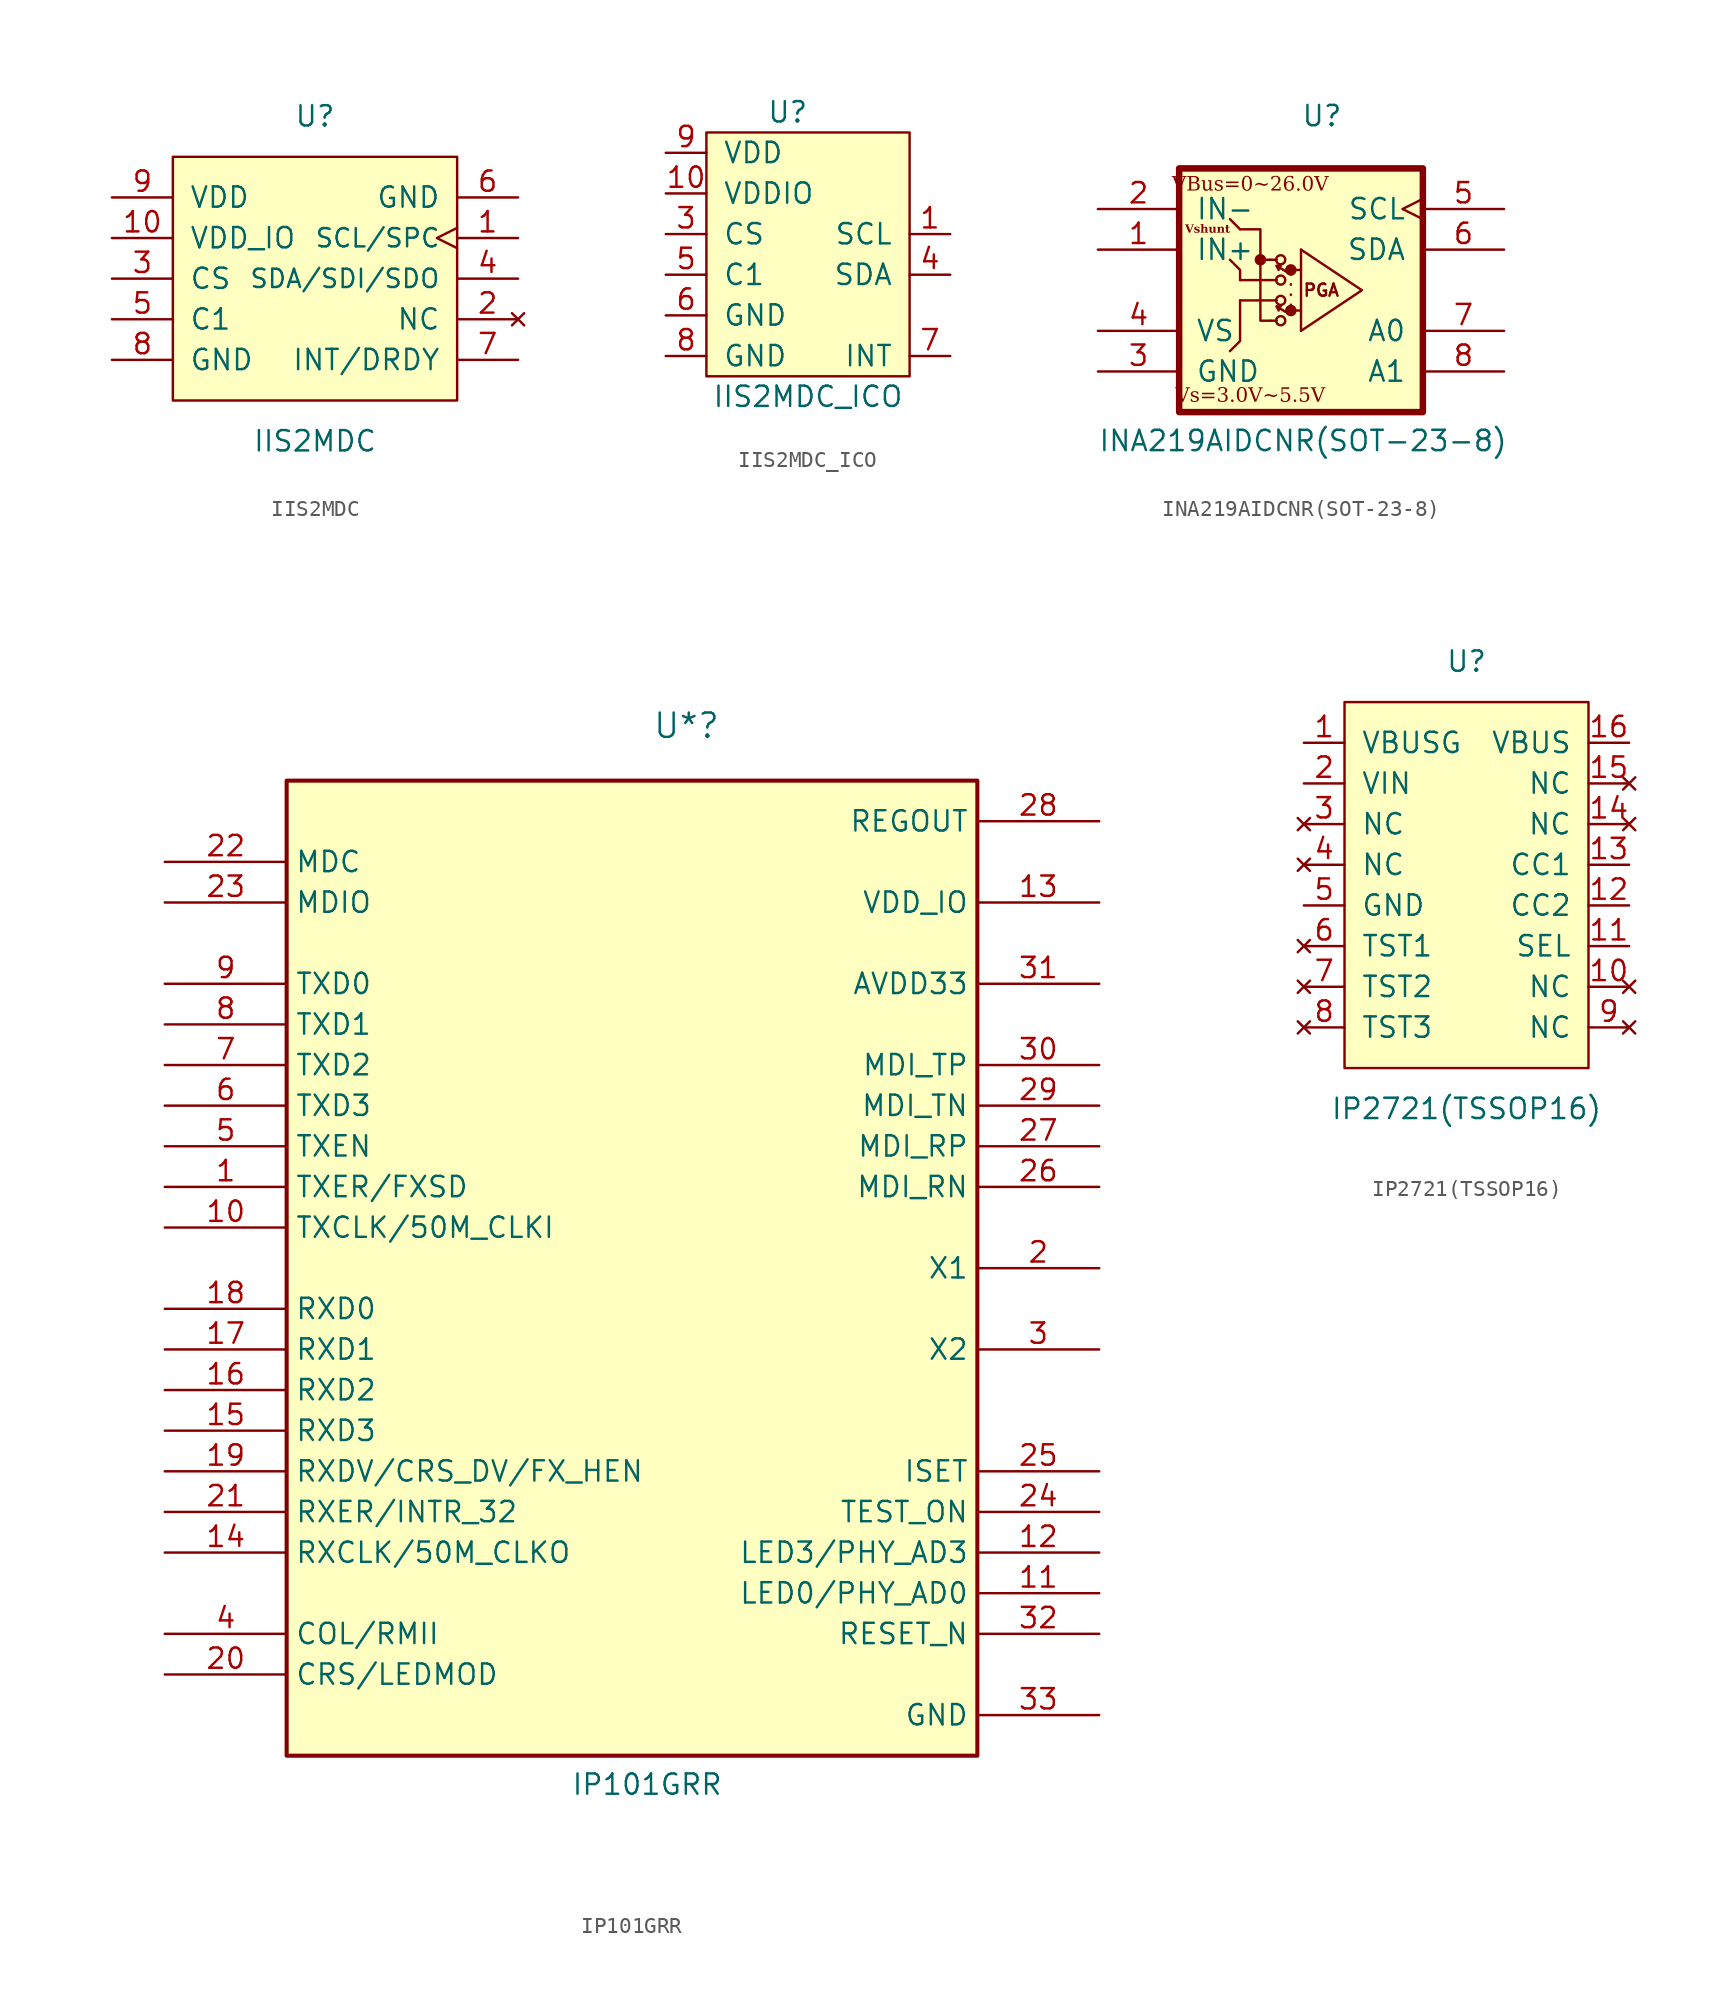
<source format=kicad_sym>
(kicad_symbol_lib
  (version 20220914)
  (generator kicad_symbol_editor)
  (symbol "IIS2MDC"
    (pin_names
      (offset 1.016))
    (property "Reference" "U"
      (at 0 10.16 0)
      (effects (font (size 1.27 1.27))))
    (property "Value" "IIS2MDC"
      (at 0 -10.16 0)
      (effects (font (size 1.27 1.27))))
    (symbol "IIS2MDC_1_1"
      (rectangle (start -8.89 7.62) (end 8.89 -7.62) (stroke (width 0) (type solid)) (fill (type background)))
      (pin input clock (at 12.7 2.54 180) (length 3.81) (name "SCL/SPC" (effects (font (size 1.143 1.143)))) (number "1" (effects (font (size 1.27 1.27)))))
      (pin power_in line (at -12.7 2.54 0) (length 3.81) (name "VDD_IO" (effects (font (size 1.27 1.27)))) (number "10" (effects (font (size 1.27 1.27)))))
      (pin no_connect line (at 12.7 -2.54 180) (length 3.81) (name "NC" (effects (font (size 1.27 1.27)))) (number "2" (effects (font (size 1.27 1.27)))))
      (pin input line (at -12.7 0 0) (length 3.81) (name "CS" (effects (font (size 1.27 1.27)))) (number "3" (effects (font (size 1.27 1.27)))))
      (pin bidirectional line (at 12.7 0 180) (length 3.81) (name "SDA/SDI/SDO" (effects (font (size 1.143 1.143)))) (number "4" (effects (font (size 1.27 1.27)))))
      (pin passive line (at -12.7 -2.54 0) (length 3.81) (name "C1" (effects (font (size 1.27 1.27)))) (number "5" (effects (font (size 1.27 1.27)))))
      (pin power_in line (at 12.7 5.08 180) (length 3.81) (name "GND" (effects (font (size 1.27 1.27)))) (number "6" (effects (font (size 1.27 1.27)))))
      (pin output line (at 12.7 -5.08 180) (length 3.81) (name "INT/DRDY" (effects (font (size 1.27 1.27)))) (number "7" (effects (font (size 1.27 1.27)))))
      (pin power_in line (at -12.7 -5.08 0) (length 3.81) (name "GND" (effects (font (size 1.27 1.27)))) (number "8" (effects (font (size 1.27 1.27)))))
      (pin power_in line (at -12.7 5.08 0) (length 3.81) (name "VDD" (effects (font (size 1.27 1.27)))) (number "9" (effects (font (size 1.27 1.27)))))))
  (symbol "IIS2MDC_ICO"
    (pin_names
      (offset 1.016))
    (property "Reference" "U"
      (at -1.27 8.89 0)
      (effects (font (size 1.27 1.27))))
    (property "Value" "IIS2MDC_ICO"
      (at 0 -8.89 0)
      (effects (font (size 1.27 1.27))))
    (symbol "IIS2MDC_ICO_0_1"
      (rectangle (start -6.35 7.62) (end 6.35 -7.62) (stroke (width 0) (type solid)) (fill (type background))))
    (symbol "IIS2MDC_ICO_1_1"
      (pin bidirectional line (at 8.89 1.27 180) (length 2.54) (name "SCL" (effects (font (size 1.27 1.27)))) (number "1" (effects (font (size 1.27 1.27)))))
      (pin power_in line (at -8.89 3.81 0) (length 2.54) (name "VDDIO" (effects (font (size 1.27 1.27)))) (number "10" (effects (font (size 1.27 1.27)))))
      (pin bidirectional line (at -8.89 1.27 0) (length 2.54) (name "CS" (effects (font (size 1.27 1.27)))) (number "3" (effects (font (size 1.27 1.27)))))
      (pin bidirectional line (at 8.89 -1.27 180) (length 2.54) (name "SDA" (effects (font (size 1.27 1.27)))) (number "4" (effects (font (size 1.27 1.27)))))
      (pin power_in line (at -8.89 -1.27 0) (length 2.54) (name "C1" (effects (font (size 1.27 1.27)))) (number "5" (effects (font (size 1.27 1.27)))))
      (pin power_in line (at -8.89 -3.81 0) (length 2.54) (name "GND" (effects (font (size 1.27 1.27)))) (number "6" (effects (font (size 1.27 1.27)))))
      (pin open_collector line (at 8.89 -6.35 180) (length 2.54) (name "INT" (effects (font (size 1.27 1.27)))) (number "7" (effects (font (size 1.27 1.27)))))
      (pin power_in line (at -8.89 -6.35 0) (length 2.54) (name "GND" (effects (font (size 1.27 1.27)))) (number "8" (effects (font (size 1.27 1.27)))))
      (pin power_in line (at -8.89 6.35 0) (length 2.54) (name "VDD" (effects (font (size 1.27 1.27)))) (number "9" (effects (font (size 1.27 1.27)))))))
  (symbol "INA219AIDCNR(SOT-23-8)"
    (pin_names
      (offset 1.016))
    (property "Reference" "U"
      (at 0 10.16 0)
      (effects (font (size 1.27 1.27)) (justify left bottom)))
    (property "Value" "INA219AIDCNR(SOT-23-8)"
      (at -12.7 -10.16 0)
      (effects (font (size 1.27 1.27)) (justify left bottom)))
    (symbol "INA219AIDCNR(SOT-23-8)_0_1"
      (polyline (pts (xy 0 2.54) (xy 3.81 0) (xy 0 -2.54)) (stroke (width 0) (type default)) (fill (type none)))
      (rectangle (start 0 2.54) (end 0 -2.54) (stroke (width 0) (type default)) (fill (type none))))
    (symbol "INA219AIDCNR(SOT-23-8)_1_0"
      (rectangle (start -7.62 7.62) (end 7.62 -7.62) (stroke (width 0.406) (type default)) (fill (type background)))
      (pin input line (at -12.7 2.54 0) (length 5.08) (name "IN+" (effects (font (size 1.27 1.27)))) (number "1" (effects (font (size 1.27 1.27)))))
      (pin input line (at -12.7 5.08 0) (length 5.08) (name "IN-" (effects (font (size 1.27 1.27)))) (number "2" (effects (font (size 1.27 1.27)))))
      (pin power_in line (at -12.7 -5.08 0) (length 5.08) (name "GND" (effects (font (size 1.27 1.27)))) (number "3" (effects (font (size 1.27 1.27)))))
      (pin power_in line (at -12.7 -2.54 0) (length 5.08) (name "VS" (effects (font (size 1.27 1.27)))) (number "4" (effects (font (size 1.27 1.27)))))
      (pin input clock (at 12.7 5.08 180) (length 5.08) (name "SCL" (effects (font (size 1.27 1.27)))) (number "5" (effects (font (size 1.27 1.27)))))
      (pin bidirectional line (at 12.7 2.54 180) (length 5.08) (name "SDA" (effects (font (size 1.27 1.27)))) (number "6" (effects (font (size 1.27 1.27)))))
      (pin input line (at 12.7 -2.54 180) (length 5.08) (name "A0" (effects (font (size 1.27 1.27)))) (number "7" (effects (font (size 1.27 1.27)))))
      (pin input line (at 12.7 -5.08 180) (length 5.08) (name "A1" (effects (font (size 1.27 1.27)))) (number "8" (effects (font (size 1.27 1.27))))))
    (symbol "INA219AIDCNR(SOT-23-8)_1_1"
      (circle (center -2.54 1.905) (radius 0.284) (stroke (width 0) (type default)) (fill (type outline)))
      (circle (center -1.27 -1.905) (radius 0.284) (stroke (width 0) (type default)) (fill (type none)))
      (circle (center -1.27 -0.635) (radius 0.284) (stroke (width 0) (type default)) (fill (type none)))
      (circle (center -1.27 0.635) (radius 0.284) (stroke (width 0) (type default)) (fill (type none)))
      (circle (center -1.27 1.905) (radius 0.284) (stroke (width 0) (type default)) (fill (type none)))
      (circle (center -0.635 -1.27) (radius 0.284) (stroke (width 0) (type default)) (fill (type outline)))
      (circle (center -0.635 1.27) (radius 0.284) (stroke (width 0) (type default)) (fill (type outline)))
      (polyline (pts (xy -3.81 -0.635) (xy -1.524 -0.635)) (stroke (width 0) (type default)) (fill (type none)))
      (polyline (pts (xy -3.81 0.635) (xy -1.524 0.635)) (stroke (width 0) (type default)) (fill (type none)))
      (polyline (pts (xy -3.81 3.81) (xy -4.445 4.445)) (stroke (width 0) (type default)) (fill (type none)))
      (polyline (pts (xy -1.905 -1.905) (xy -1.524 -1.905)) (stroke (width 0) (type default)) (fill (type none)))
      (polyline (pts (xy -1.905 1.905) (xy -1.524 1.905)) (stroke (width 0) (type default)) (fill (type none)))
      (polyline (pts (xy -1.524 -1.016) (xy -1.27 -1.016)) (stroke (width 0) (type default)) (fill (type none)))
      (polyline (pts (xy -1.524 1.524) (xy -1.27 1.524)) (stroke (width 0) (type default)) (fill (type none)))
      (polyline (pts (xy -0.635 1.016) (xy -0.635 -1.016)) (stroke (width 0) (type dot)) (fill (type none)))
      (polyline (pts (xy 0 -1.27) (xy -0.381 -1.27)) (stroke (width 0) (type default)) (fill (type none)))
      (polyline (pts (xy 0 1.27) (xy -0.381 1.27)) (stroke (width 0) (type default)) (fill (type none)))
      (polyline (pts (xy -3.81 -0.635) (xy -3.81 -3.175) (xy -4.445 -3.81)) (stroke (width 0) (type default)) (fill (type none)))
      (polyline (pts (xy -3.81 0.635) (xy -3.81 1.27) (xy -4.445 1.905)) (stroke (width 0) (type default)) (fill (type none)))
      (polyline (pts (xy -2.54 1.905) (xy -2.54 -1.905) (xy -1.905 -1.905)) (stroke (width 0) (type default)) (fill (type none)))
      (polyline (pts (xy -0.889 -1.397) (xy -1.524 -1.016) (xy -1.397 -1.27)) (stroke (width 0) (type default)) (fill (type none)))
      (polyline (pts (xy -0.889 1.143) (xy -1.524 1.524) (xy -1.397 1.27)) (stroke (width 0) (type default)) (fill (type none)))
      (polyline (pts (xy -1.905 1.905) (xy -2.54 1.905) (xy -2.54 3.81) (xy -3.81 3.81)) (stroke (width 0) (type default)) (fill (type none)))
      (text "PGA" (at 1.27 0 0) (effects (font (size 0.762 0.762) bold)))
      (text "VBus=0~26.0V" (at -3.175 6.604 0) (effects (font (face "Liberation Serif") (size 0.889 0.889))))
      (text "Vs=3.0V~5.5V" (at -3.175 -6.604 0) (effects (font (face "Liberation Serif") (size 0.889 0.889))))
      (text "Vshunt" (at -5.842 3.81 0) (effects (font (face "Liberation Serif") (size 0.508 0.508) bold)))))
  (symbol "IP101GRR"
    (property "Reference" "U*"
      (at 0 30.48 0)
      (effects (font (size 1.524 1.524)) (justify left bottom)))
    (property "Value" "IP101GRR"
      (at -5.08 -35.56 0)
      (effects (font (size 1.27 1.27)) (justify left bottom)))
    (symbol "IP101GRR_1_0"
      (rectangle (start -22.86 27.94) (end 20.32 -33.02) (stroke (width 0.254) (type solid)) (fill (type background)))
      (pin input line (at -30.48 2.54 0) (length 7.62) (name "TXER/FXSD" (effects (font (size 1.27 1.27)))) (number "1" (effects (font (size 1.27 1.27)))))
      (pin bidirectional line (at -30.48 0 0) (length 7.62) (name "TXCLK/50M_CLKI" (effects (font (size 1.27 1.27)))) (number "10" (effects (font (size 1.27 1.27)))))
      (pin output line (at 27.94 -22.86 180) (length 7.62) (name "LED0/PHY_AD0" (effects (font (size 1.27 1.27)))) (number "11" (effects (font (size 1.27 1.27)))))
      (pin output line (at 27.94 -20.32 180) (length 7.62) (name "LED3/PHY_AD3" (effects (font (size 1.27 1.27)))) (number "12" (effects (font (size 1.27 1.27)))))
      (pin power_in line (at 27.94 20.32 180) (length 7.62) (name "VDD_IO" (effects (font (size 1.27 1.27)))) (number "13" (effects (font (size 1.27 1.27)))))
      (pin output line (at -30.48 -20.32 0) (length 7.62) (name "RXCLK/50M_CLKO" (effects (font (size 1.27 1.27)))) (number "14" (effects (font (size 1.27 1.27)))))
      (pin output line (at -30.48 -12.7 0) (length 7.62) (name "RXD3" (effects (font (size 1.27 1.27)))) (number "15" (effects (font (size 1.27 1.27)))))
      (pin output line (at -30.48 -10.16 0) (length 7.62) (name "RXD2" (effects (font (size 1.27 1.27)))) (number "16" (effects (font (size 1.27 1.27)))))
      (pin output line (at -30.48 -7.62 0) (length 7.62) (name "RXD1" (effects (font (size 1.27 1.27)))) (number "17" (effects (font (size 1.27 1.27)))))
      (pin output line (at -30.48 -5.08 0) (length 7.62) (name "RXD0" (effects (font (size 1.27 1.27)))) (number "18" (effects (font (size 1.27 1.27)))))
      (pin output line (at -30.48 -15.24 0) (length 7.62) (name "RXDV/CRS_DV/FX_HEN" (effects (font (size 1.27 1.27)))) (number "19" (effects (font (size 1.27 1.27)))))
      (pin input line (at 27.94 -2.54 180) (length 7.62) (name "X1" (effects (font (size 1.27 1.27)))) (number "2" (effects (font (size 1.27 1.27)))))
      (pin output line (at -30.48 -27.94 0) (length 7.62) (name "CRS/LEDMOD" (effects (font (size 1.27 1.27)))) (number "20" (effects (font (size 1.27 1.27)))))
      (pin output line (at -30.48 -17.78 0) (length 7.62) (name "RXER/INTR_32" (effects (font (size 1.27 1.27)))) (number "21" (effects (font (size 1.27 1.27)))))
      (pin input line (at -30.48 22.86 0) (length 7.62) (name "MDC" (effects (font (size 1.27 1.27)))) (number "22" (effects (font (size 1.27 1.27)))))
      (pin bidirectional line (at -30.48 20.32 0) (length 7.62) (name "MDIO" (effects (font (size 1.27 1.27)))) (number "23" (effects (font (size 1.27 1.27)))))
      (pin input line (at 27.94 -17.78 180) (length 7.62) (name "TEST_ON" (effects (font (size 1.27 1.27)))) (number "24" (effects (font (size 1.27 1.27)))))
      (pin input line (at 27.94 -15.24 180) (length 7.62) (name "ISET" (effects (font (size 1.27 1.27)))) (number "25" (effects (font (size 1.27 1.27)))))
      (pin bidirectional line (at 27.94 2.54 180) (length 7.62) (name "MDI_RN" (effects (font (size 1.27 1.27)))) (number "26" (effects (font (size 1.27 1.27)))))
      (pin bidirectional line (at 27.94 5.08 180) (length 7.62) (name "MDI_RP" (effects (font (size 1.27 1.27)))) (number "27" (effects (font (size 1.27 1.27)))))
      (pin power_out line (at 27.94 25.4 180) (length 7.62) (name "REGOUT" (effects (font (size 1.27 1.27)))) (number "28" (effects (font (size 1.27 1.27)))))
      (pin bidirectional line (at 27.94 7.62 180) (length 7.62) (name "MDI_TN" (effects (font (size 1.27 1.27)))) (number "29" (effects (font (size 1.27 1.27)))))
      (pin output line (at 27.94 -7.62 180) (length 7.62) (name "X2" (effects (font (size 1.27 1.27)))) (number "3" (effects (font (size 1.27 1.27)))))
      (pin bidirectional line (at 27.94 10.16 180) (length 7.62) (name "MDI_TP" (effects (font (size 1.27 1.27)))) (number "30" (effects (font (size 1.27 1.27)))))
      (pin power_in line (at 27.94 15.24 180) (length 7.62) (name "AVDD33" (effects (font (size 1.27 1.27)))) (number "31" (effects (font (size 1.27 1.27)))))
      (pin input line (at 27.94 -25.4 180) (length 7.62) (name "RESET_N" (effects (font (size 1.27 1.27)))) (number "32" (effects (font (size 1.27 1.27)))))
      (pin power_in line (at 27.94 -30.48 180) (length 7.62) (name "GND" (effects (font (size 1.27 1.27)))) (number "33" (effects (font (size 1.27 1.27)))))
      (pin output line (at -30.48 -25.4 0) (length 7.62) (name "COL/RMII" (effects (font (size 1.27 1.27)))) (number "4" (effects (font (size 1.27 1.27)))))
      (pin input line (at -30.48 5.08 0) (length 7.62) (name "TXEN" (effects (font (size 1.27 1.27)))) (number "5" (effects (font (size 1.27 1.27)))))
      (pin input line (at -30.48 7.62 0) (length 7.62) (name "TXD3" (effects (font (size 1.27 1.27)))) (number "6" (effects (font (size 1.27 1.27)))))
      (pin input line (at -30.48 10.16 0) (length 7.62) (name "TXD2" (effects (font (size 1.27 1.27)))) (number "7" (effects (font (size 1.27 1.27)))))
      (pin input line (at -30.48 12.7 0) (length 7.62) (name "TXD1" (effects (font (size 1.27 1.27)))) (number "8" (effects (font (size 1.27 1.27)))))
      (pin input line (at -30.48 15.24 0) (length 7.62) (name "TXD0" (effects (font (size 1.27 1.27)))) (number "9" (effects (font (size 1.27 1.27)))))))
  (symbol "IP2721(TSSOP16)"
    (pin_names
      (offset 1.016))
    (property "Reference" "U"
      (at 0 12.7 0)
      (effects (font (size 1.27 1.27))))
    (property "Value" "IP2721(TSSOP16)"
      (at 0 -15.24 0)
      (effects (font (size 1.27 1.27))))
    (symbol "IP2721(TSSOP16)_0_1"
      (rectangle (start -7.62 10.16) (end 7.62 -12.7) (stroke (width 0) (type solid)) (fill (type background))))
    (symbol "IP2721(TSSOP16)_1_1"
      (pin output line (at -10.16 7.62 0) (length 2.54) (name "VBUSG" (effects (font (size 1.27 1.27)))) (number "1" (effects (font (size 1.27 1.27)))))
      (pin no_connect line (at 10.16 -7.62 180) (length 2.54) (name "NC" (effects (font (size 1.27 1.27)))) (number "10" (effects (font (size 1.27 1.27)))))
      (pin input line (at 10.16 -5.08 180) (length 2.54) (name "SEL" (effects (font (size 1.27 1.27)))) (number "11" (effects (font (size 1.27 1.27)))))
      (pin bidirectional line (at 10.16 -2.54 180) (length 2.54) (name "CC2" (effects (font (size 1.27 1.27)))) (number "12" (effects (font (size 1.27 1.27)))))
      (pin bidirectional line (at 10.16 0 180) (length 2.54) (name "CC1" (effects (font (size 1.27 1.27)))) (number "13" (effects (font (size 1.27 1.27)))))
      (pin no_connect line (at 10.16 2.54 180) (length 2.54) (name "NC" (effects (font (size 1.27 1.27)))) (number "14" (effects (font (size 1.27 1.27)))))
      (pin no_connect line (at 10.16 5.08 180) (length 2.54) (name "NC" (effects (font (size 1.27 1.27)))) (number "15" (effects (font (size 1.27 1.27)))))
      (pin power_in line (at 10.16 7.62 180) (length 2.54) (name "VBUS" (effects (font (size 1.27 1.27)))) (number "16" (effects (font (size 1.27 1.27)))))
      (pin power_in line (at -10.16 5.08 0) (length 2.54) (name "VIN" (effects (font (size 1.27 1.27)))) (number "2" (effects (font (size 1.27 1.27)))))
      (pin no_connect line (at -10.16 2.54 0) (length 2.54) (name "NC" (effects (font (size 1.27 1.27)))) (number "3" (effects (font (size 1.27 1.27)))))
      (pin no_connect line (at -10.16 0 0) (length 2.54) (name "NC" (effects (font (size 1.27 1.27)))) (number "4" (effects (font (size 1.27 1.27)))))
      (pin power_in line (at -10.16 -2.54 0) (length 2.54) (name "GND" (effects (font (size 1.27 1.27)))) (number "5" (effects (font (size 1.27 1.27)))))
      (pin no_connect line (at -10.16 -5.08 0) (length 2.54) (name "TST1" (effects (font (size 1.27 1.27)))) (number "6" (effects (font (size 1.27 1.27)))))
      (pin no_connect line (at -10.16 -7.62 0) (length 2.54) (name "TST2" (effects (font (size 1.27 1.27)))) (number "7" (effects (font (size 1.27 1.27)))))
      (pin no_connect line (at -10.16 -10.16 0) (length 2.54) (name "TST3" (effects (font (size 1.27 1.27)))) (number "8" (effects (font (size 1.27 1.27)))))
      (pin no_connect line (at 10.16 -10.16 180) (length 2.54) (name "NC" (effects (font (size 1.27 1.27)))) (number "9" (effects (font (size 1.27 1.27))))))))
</source>
